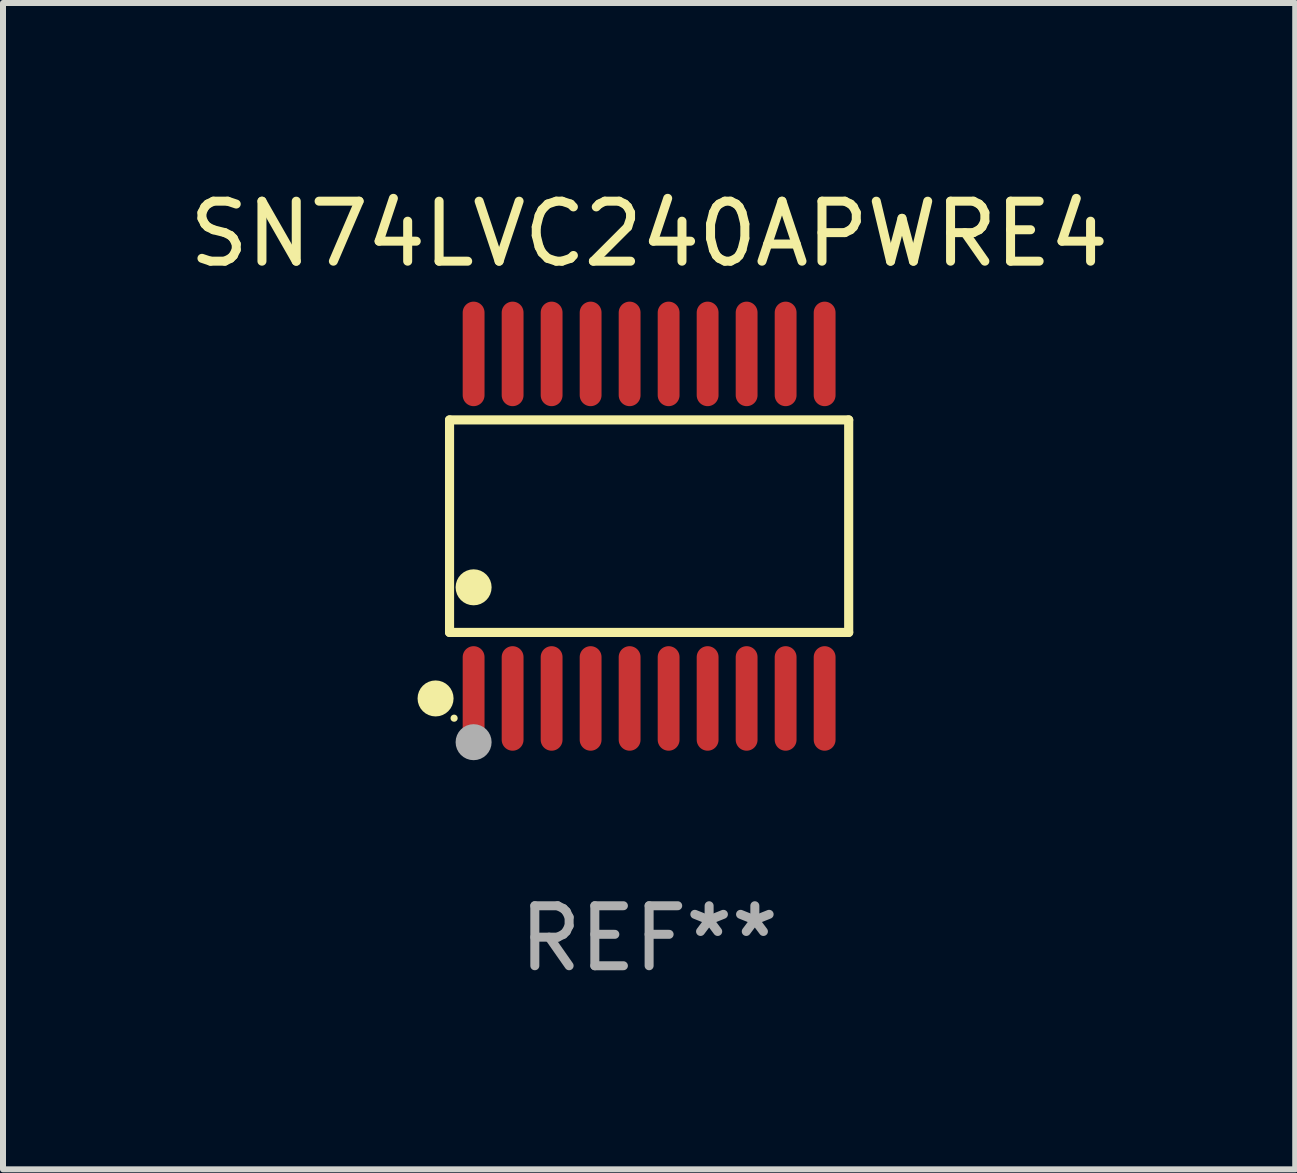
<source format=kicad_pcb>
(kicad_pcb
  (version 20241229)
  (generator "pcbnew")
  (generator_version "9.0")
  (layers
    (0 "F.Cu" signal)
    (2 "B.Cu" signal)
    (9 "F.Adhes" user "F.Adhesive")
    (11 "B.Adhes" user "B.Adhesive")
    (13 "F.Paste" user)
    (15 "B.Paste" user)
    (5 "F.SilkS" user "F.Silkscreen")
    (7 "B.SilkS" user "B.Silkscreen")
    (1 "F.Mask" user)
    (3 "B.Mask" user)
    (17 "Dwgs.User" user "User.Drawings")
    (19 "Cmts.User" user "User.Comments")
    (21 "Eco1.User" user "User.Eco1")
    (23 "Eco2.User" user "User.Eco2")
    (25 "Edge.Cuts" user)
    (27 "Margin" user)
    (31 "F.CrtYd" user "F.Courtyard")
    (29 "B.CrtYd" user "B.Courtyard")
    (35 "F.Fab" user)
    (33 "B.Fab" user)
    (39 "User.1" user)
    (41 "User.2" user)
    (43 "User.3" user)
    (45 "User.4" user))
  (footprint "SN74LVC240APWRE4"
    (layer "F.Cu")
    (at 7.768 5.719)
    (property "Reference" "SN74LVC240APWRE4" (at 0 -4.871 0) (layer "F.SilkS") (effects (font (size 1 1) (thickness 0.15))))
    (attr through_hole)
    (fp_line (start -3.326 -1.771) (end 3.326 -1.771) (stroke (width 0.152) (type solid)) (layer "F.SilkS"))
    (fp_line (start -3.326 1.771) (end -3.326 -1.771) (stroke (width 0.152) (type solid)) (layer "F.SilkS"))
    (fp_line (start 3.326 -1.771) (end 3.326 1.771) (stroke (width 0.152) (type solid)) (layer "F.SilkS"))
    (fp_line (start 3.326 1.771) (end -3.326 1.771) (stroke (width 0.152) (type solid)) (layer "F.SilkS"))
    (fp_circle (center -3.559 2.871) (end -3.409 2.871) (stroke (width 0.3) (type solid)) (fill no) (layer "F.SilkS"))
    (fp_circle (center -3.25 3.2) (end -3.22 3.2) (stroke (width 0.06) (type solid)) (fill no) (layer "F.SilkS"))
    (fp_circle (center -2.925 1.019) (end -2.775 1.019) (stroke (width 0.3) (type solid)) (fill no) (layer "F.SilkS"))
    (fp_circle (center -2.925 3.6) (end -2.775 3.6) (stroke (width 0.3) (type solid)) (fill no) (layer "F.Fab"))
    (fp_text user "REF**" (at 0 6.871 0) (layer "F.Fab") (effects (font (size 1 1) (thickness 0.15))))
    (pad "1" smd oval (at -2.925 2.871) (size 0.364 1.742) (layers "F.Cu" "F.Mask" "F.Paste"))
    (pad "2" smd oval (at -2.275 2.871) (size 0.364 1.742) (layers "F.Cu" "F.Mask" "F.Paste"))
    (pad "3" smd oval (at -1.625 2.871) (size 0.364 1.742) (layers "F.Cu" "F.Mask" "F.Paste"))
    (pad "4" smd oval (at -0.975 2.871) (size 0.364 1.742) (layers "F.Cu" "F.Mask" "F.Paste"))
    (pad "5" smd oval (at -0.325 2.871) (size 0.364 1.742) (layers "F.Cu" "F.Mask" "F.Paste"))
    (pad "6" smd oval (at 0.325 2.871) (size 0.364 1.742) (layers "F.Cu" "F.Mask" "F.Paste"))
    (pad "7" smd oval (at 0.975 2.871) (size 0.364 1.742) (layers "F.Cu" "F.Mask" "F.Paste"))
    (pad "8" smd oval (at 1.625 2.871) (size 0.364 1.742) (layers "F.Cu" "F.Mask" "F.Paste"))
    (pad "9" smd oval (at 2.275 2.871) (size 0.364 1.742) (layers "F.Cu" "F.Mask" "F.Paste"))
    (pad "10" smd oval (at 2.925 2.871) (size 0.364 1.742) (layers "F.Cu" "F.Mask" "F.Paste"))
    (pad "11" smd oval (at 2.925 -2.871) (size 0.364 1.742) (layers "F.Cu" "F.Mask" "F.Paste"))
    (pad "12" smd oval (at 2.275 -2.871) (size 0.364 1.742) (layers "F.Cu" "F.Mask" "F.Paste"))
    (pad "13" smd oval (at 1.625 -2.871) (size 0.364 1.742) (layers "F.Cu" "F.Mask" "F.Paste"))
    (pad "14" smd oval (at 0.975 -2.871) (size 0.364 1.742) (layers "F.Cu" "F.Mask" "F.Paste"))
    (pad "15" smd oval (at 0.325 -2.871) (size 0.364 1.742) (layers "F.Cu" "F.Mask" "F.Paste"))
    (pad "16" smd oval (at -0.325 -2.871) (size 0.364 1.742) (layers "F.Cu" "F.Mask" "F.Paste"))
    (pad "17" smd oval (at -0.975 -2.871) (size 0.364 1.742) (layers "F.Cu" "F.Mask" "F.Paste"))
    (pad "18" smd oval (at -1.625 -2.871) (size 0.364 1.742) (layers "F.Cu" "F.Mask" "F.Paste"))
    (pad "19" smd oval (at -2.275 -2.871) (size 0.364 1.742) (layers "F.Cu" "F.Mask" "F.Paste"))
    (pad "20" smd oval (at -2.925 -2.871) (size 0.364 1.742) (layers "F.Cu" "F.Mask" "F.Paste")))
  (gr_rect
    (start -3 -3)
    (end 18.536 16.438)
    (stroke (width 0.1) (type default))
    (fill no)
    (layer "Edge.Cuts")))
</source>
